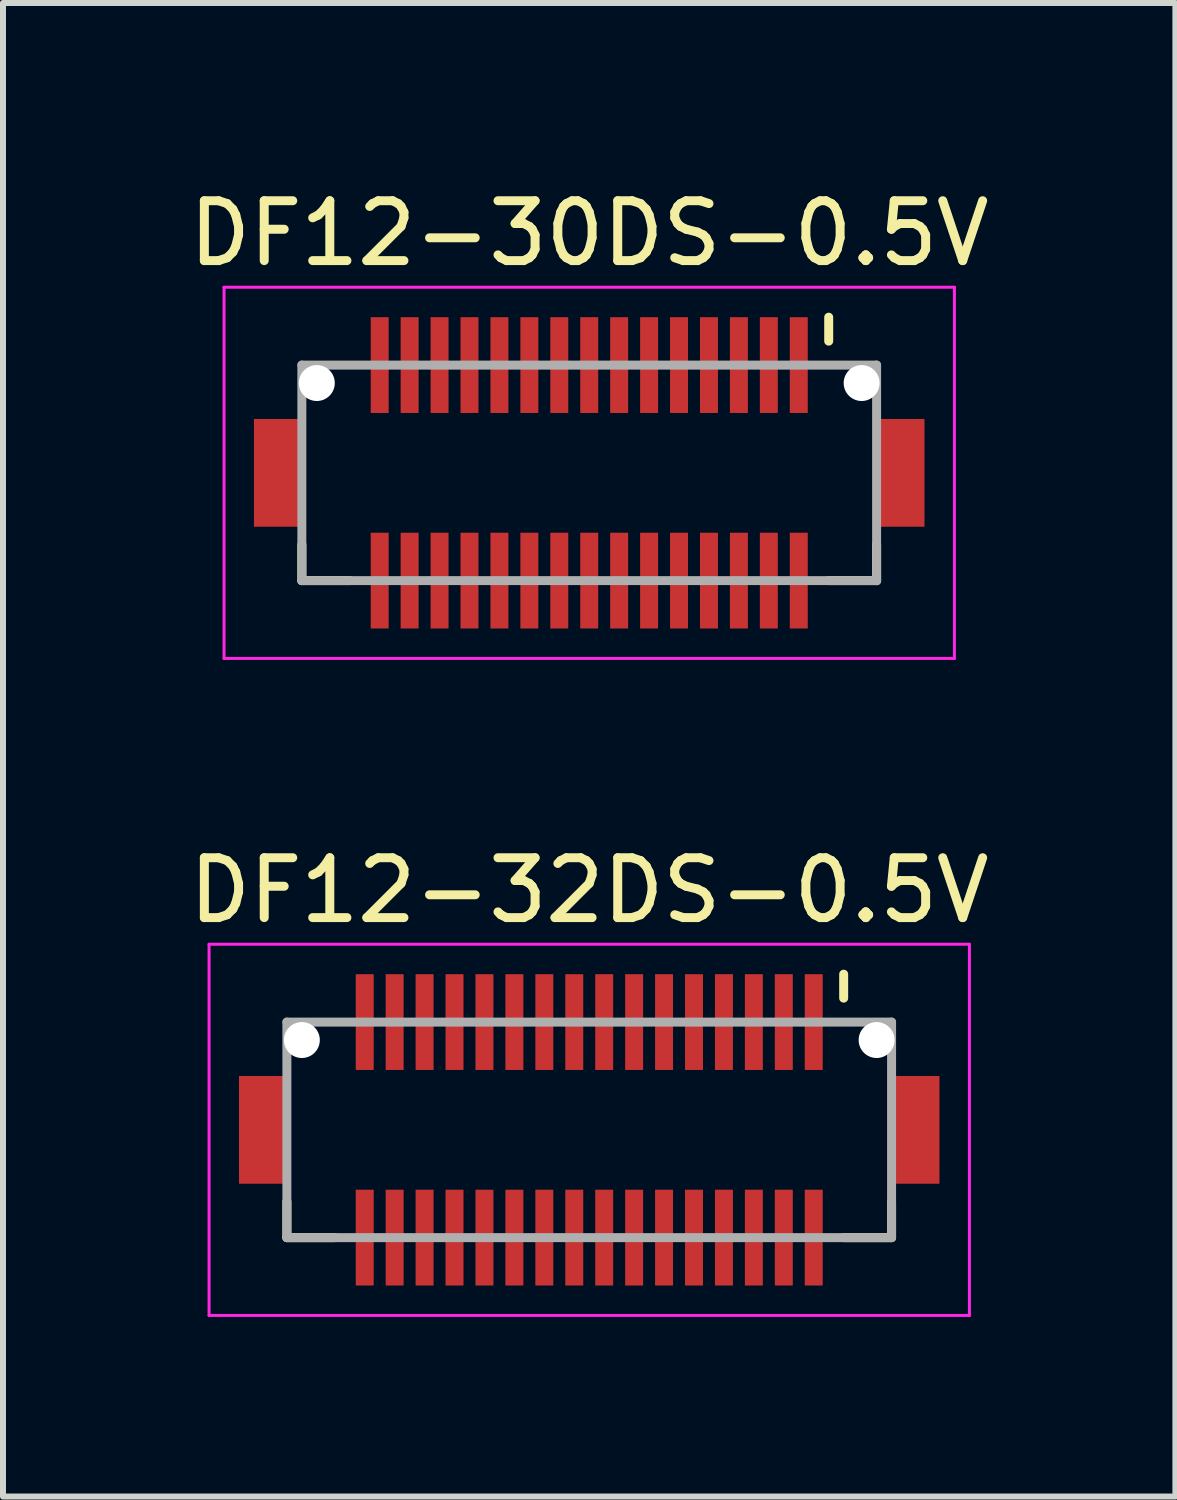
<source format=kicad_pcb>
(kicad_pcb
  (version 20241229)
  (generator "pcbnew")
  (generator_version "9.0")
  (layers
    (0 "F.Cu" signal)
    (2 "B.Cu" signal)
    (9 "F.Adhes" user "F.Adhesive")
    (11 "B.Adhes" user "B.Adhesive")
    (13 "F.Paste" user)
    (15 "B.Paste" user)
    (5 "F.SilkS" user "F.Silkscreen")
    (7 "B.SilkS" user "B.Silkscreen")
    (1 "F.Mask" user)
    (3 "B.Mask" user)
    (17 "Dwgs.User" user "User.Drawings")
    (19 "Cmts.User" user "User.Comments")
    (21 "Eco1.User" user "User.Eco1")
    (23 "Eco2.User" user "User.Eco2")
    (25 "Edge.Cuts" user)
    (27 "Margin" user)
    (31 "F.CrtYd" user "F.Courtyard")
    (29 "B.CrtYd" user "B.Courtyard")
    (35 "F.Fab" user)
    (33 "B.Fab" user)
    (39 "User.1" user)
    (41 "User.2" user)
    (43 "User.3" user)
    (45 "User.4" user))
  (footprint "DF12-30DS-0.5V"
    (layer "F.Cu")
    (at 6.792 4.848)
    (property "Reference" "DF12-30DS-0.5V" (at 0 -4 0) (layer "F.SilkS") (effects (font (size 1 1) (thickness 0.15))))
    (attr smd)
    (fp_line (start -4.8 1.2) (end -4.8 1.8) (stroke (width 0.15) (type solid)) (layer "F.SilkS"))
    (fp_line (start -4.8 1.8) (end -4 1.8) (stroke (width 0.15) (type solid)) (layer "F.SilkS"))
    (fp_line (start 4 -2.6) (end 4 -2.2) (stroke (width 0.15) (type solid)) (layer "F.SilkS"))
    (fp_line (start 4 1.8) (end 4.8 1.8) (stroke (width 0.15) (type solid)) (layer "F.SilkS"))
    (fp_line (start 4.8 1.2) (end 4.8 1.8) (stroke (width 0.15) (type solid)) (layer "F.SilkS"))
    (fp_line (start -6.1 -3.1) (end -6.1 3.1) (stroke (width 0.05) (type solid)) (layer "F.CrtYd"))
    (fp_line (start -6.1 -3.1) (end 6.1 -3.1) (stroke (width 0.05) (type solid)) (layer "F.CrtYd"))
    (fp_line (start -6.1 3.1) (end 6.1 3.1) (stroke (width 0.05) (type solid)) (layer "F.CrtYd"))
    (fp_line (start 6.1 -3.1) (end 6.1 3.1) (stroke (width 0.05) (type solid)) (layer "F.CrtYd"))
    (fp_line (start -4.8 -1.8) (end -4.8 1.8) (stroke (width 0.15) (type solid)) (layer "F.Fab"))
    (fp_line (start -4.8 -1.8) (end 4.8 -1.8) (stroke (width 0.15) (type solid)) (layer "F.Fab"))
    (fp_line (start -4.8 1.8) (end 4.8 1.8) (stroke (width 0.15) (type solid)) (layer "F.Fab"))
    (fp_line (start 4.8 -1.8) (end 4.8 1.8) (stroke (width 0.15) (type solid)) (layer "F.Fab"))
    (pad "" np_thru_hole circle (at -4.55 -1.5) (size 0.6 0.6) (drill 0.6) (layers "*.Cu" "*.Mask"))
    (pad "" np_thru_hole circle (at 4.55 -1.5) (size 0.6 0.6) (drill 0.6) (layers "*.Cu" "*.Mask"))
    (pad "1" smd rect (at 3.5 -1.8) (size 0.3 1.6) (layers "F.Cu" "F.Mask" "F.Paste"))
    (pad "2" smd rect (at 3.5 1.8) (size 0.3 1.6) (layers "F.Cu" "F.Mask" "F.Paste"))
    (pad "3" smd rect (at 3 -1.8) (size 0.3 1.6) (layers "F.Cu" "F.Mask" "F.Paste"))
    (pad "4" smd rect (at 3 1.8) (size 0.3 1.6) (layers "F.Cu" "F.Mask" "F.Paste"))
    (pad "5" smd rect (at 2.5 -1.8) (size 0.3 1.6) (layers "F.Cu" "F.Mask" "F.Paste"))
    (pad "6" smd rect (at 2.5 1.8) (size 0.3 1.6) (layers "F.Cu" "F.Mask" "F.Paste"))
    (pad "7" smd rect (at 2 -1.8) (size 0.3 1.6) (layers "F.Cu" "F.Mask" "F.Paste"))
    (pad "8" smd rect (at 2 1.8) (size 0.3 1.6) (layers "F.Cu" "F.Mask" "F.Paste"))
    (pad "9" smd rect (at 1.5 -1.8) (size 0.3 1.6) (layers "F.Cu" "F.Mask" "F.Paste"))
    (pad "10" smd rect (at 1.5 1.8) (size 0.3 1.6) (layers "F.Cu" "F.Mask" "F.Paste"))
    (pad "11" smd rect (at 1 -1.8) (size 0.3 1.6) (layers "F.Cu" "F.Mask" "F.Paste"))
    (pad "12" smd rect (at 1 1.8) (size 0.3 1.6) (layers "F.Cu" "F.Mask" "F.Paste"))
    (pad "13" smd rect (at 0.5 -1.8) (size 0.3 1.6) (layers "F.Cu" "F.Mask" "F.Paste"))
    (pad "14" smd rect (at 0.5 1.8) (size 0.3 1.6) (layers "F.Cu" "F.Mask" "F.Paste"))
    (pad "15" smd rect (at 0 -1.8) (size 0.3 1.6) (layers "F.Cu" "F.Mask" "F.Paste"))
    (pad "16" smd rect (at 0 1.8) (size 0.3 1.6) (layers "F.Cu" "F.Mask" "F.Paste"))
    (pad "17" smd rect (at -0.5 -1.8) (size 0.3 1.6) (layers "F.Cu" "F.Mask" "F.Paste"))
    (pad "18" smd rect (at -0.5 1.8) (size 0.3 1.6) (layers "F.Cu" "F.Mask" "F.Paste"))
    (pad "19" smd rect (at -1 -1.8) (size 0.3 1.6) (layers "F.Cu" "F.Mask" "F.Paste"))
    (pad "20" smd rect (at -1 1.8) (size 0.3 1.6) (layers "F.Cu" "F.Mask" "F.Paste"))
    (pad "21" smd rect (at -1.5 -1.8) (size 0.3 1.6) (layers "F.Cu" "F.Mask" "F.Paste"))
    (pad "22" smd rect (at -1.5 1.8) (size 0.3 1.6) (layers "F.Cu" "F.Mask" "F.Paste"))
    (pad "23" smd rect (at -2 -1.8) (size 0.3 1.6) (layers "F.Cu" "F.Mask" "F.Paste"))
    (pad "24" smd rect (at -2 1.8) (size 0.3 1.6) (layers "F.Cu" "F.Mask" "F.Paste"))
    (pad "25" smd rect (at -2.5 -1.8) (size 0.3 1.6) (layers "F.Cu" "F.Mask" "F.Paste"))
    (pad "26" smd rect (at -2.5 1.8) (size 0.3 1.6) (layers "F.Cu" "F.Mask" "F.Paste"))
    (pad "27" smd rect (at -3 -1.8) (size 0.3 1.6) (layers "F.Cu" "F.Mask" "F.Paste"))
    (pad "28" smd rect (at -3 1.8) (size 0.3 1.6) (layers "F.Cu" "F.Mask" "F.Paste"))
    (pad "29" smd rect (at -3.5 -1.8) (size 0.3 1.6) (layers "F.Cu" "F.Mask" "F.Paste"))
    (pad "30" smd rect (at -3.5 1.8) (size 0.3 1.6) (layers "F.Cu" "F.Mask" "F.Paste"))
    (pad "S" smd rect (at -5.2 0) (size 0.8 1.8) (layers "F.Cu" "F.Mask" "F.Paste"))
    (pad "S" smd rect (at 5.2 0) (size 0.8 1.8) (layers "F.Cu" "F.Mask" "F.Paste")))
  (footprint "DF12-32DS-0.5V"
    (layer "F.Cu")
    (at 6.792 15.822)
    (property "Reference" "DF12-32DS-0.5V" (at 0 -4 0) (layer "F.SilkS") (effects (font (size 1 1) (thickness 0.15))))
    (attr smd)
    (fp_line (start -5.05 1.2) (end -5.05 1.8) (stroke (width 0.15) (type solid)) (layer "F.SilkS"))
    (fp_line (start -5.05 1.8) (end -4.25 1.8) (stroke (width 0.15) (type solid)) (layer "F.SilkS"))
    (fp_line (start 4.25 -2.6) (end 4.25 -2.2) (stroke (width 0.15) (type solid)) (layer "F.SilkS"))
    (fp_line (start 4.25 1.8) (end 5.05 1.8) (stroke (width 0.15) (type solid)) (layer "F.SilkS"))
    (fp_line (start 5.05 1.2) (end 5.05 1.8) (stroke (width 0.15) (type solid)) (layer "F.SilkS"))
    (fp_line (start -6.35 -3.1) (end -6.35 3.1) (stroke (width 0.05) (type solid)) (layer "F.CrtYd"))
    (fp_line (start -6.35 -3.1) (end 6.35 -3.1) (stroke (width 0.05) (type solid)) (layer "F.CrtYd"))
    (fp_line (start -6.35 3.1) (end 6.35 3.1) (stroke (width 0.05) (type solid)) (layer "F.CrtYd"))
    (fp_line (start 6.35 -3.1) (end 6.35 3.1) (stroke (width 0.05) (type solid)) (layer "F.CrtYd"))
    (fp_line (start -5.05 -1.8) (end -5.05 1.8) (stroke (width 0.15) (type solid)) (layer "F.Fab"))
    (fp_line (start -5.05 -1.8) (end 5.05 -1.8) (stroke (width 0.15) (type solid)) (layer "F.Fab"))
    (fp_line (start -5.05 1.8) (end 5.05 1.8) (stroke (width 0.15) (type solid)) (layer "F.Fab"))
    (fp_line (start 5.05 -1.8) (end 5.05 1.8) (stroke (width 0.15) (type solid)) (layer "F.Fab"))
    (pad "" np_thru_hole circle (at -4.8 -1.5) (size 0.6 0.6) (drill 0.6) (layers "*.Cu" "*.Mask"))
    (pad "" np_thru_hole circle (at 4.8 -1.5) (size 0.6 0.6) (drill 0.6) (layers "*.Cu" "*.Mask"))
    (pad "1" smd rect (at 3.75 -1.8) (size 0.3 1.6) (layers "F.Cu" "F.Mask" "F.Paste"))
    (pad "2" smd rect (at 3.75 1.8) (size 0.3 1.6) (layers "F.Cu" "F.Mask" "F.Paste"))
    (pad "3" smd rect (at 3.25 -1.8) (size 0.3 1.6) (layers "F.Cu" "F.Mask" "F.Paste"))
    (pad "4" smd rect (at 3.25 1.8) (size 0.3 1.6) (layers "F.Cu" "F.Mask" "F.Paste"))
    (pad "5" smd rect (at 2.75 -1.8) (size 0.3 1.6) (layers "F.Cu" "F.Mask" "F.Paste"))
    (pad "6" smd rect (at 2.75 1.8) (size 0.3 1.6) (layers "F.Cu" "F.Mask" "F.Paste"))
    (pad "7" smd rect (at 2.25 -1.8) (size 0.3 1.6) (layers "F.Cu" "F.Mask" "F.Paste"))
    (pad "8" smd rect (at 2.25 1.8) (size 0.3 1.6) (layers "F.Cu" "F.Mask" "F.Paste"))
    (pad "9" smd rect (at 1.75 -1.8) (size 0.3 1.6) (layers "F.Cu" "F.Mask" "F.Paste"))
    (pad "10" smd rect (at 1.75 1.8) (size 0.3 1.6) (layers "F.Cu" "F.Mask" "F.Paste"))
    (pad "11" smd rect (at 1.25 -1.8) (size 0.3 1.6) (layers "F.Cu" "F.Mask" "F.Paste"))
    (pad "12" smd rect (at 1.25 1.8) (size 0.3 1.6) (layers "F.Cu" "F.Mask" "F.Paste"))
    (pad "13" smd rect (at 0.75 -1.8) (size 0.3 1.6) (layers "F.Cu" "F.Mask" "F.Paste"))
    (pad "14" smd rect (at 0.75 1.8) (size 0.3 1.6) (layers "F.Cu" "F.Mask" "F.Paste"))
    (pad "15" smd rect (at 0.25 -1.8) (size 0.3 1.6) (layers "F.Cu" "F.Mask" "F.Paste"))
    (pad "16" smd rect (at 0.25 1.8) (size 0.3 1.6) (layers "F.Cu" "F.Mask" "F.Paste"))
    (pad "17" smd rect (at -0.25 -1.8) (size 0.3 1.6) (layers "F.Cu" "F.Mask" "F.Paste"))
    (pad "18" smd rect (at -0.25 1.8) (size 0.3 1.6) (layers "F.Cu" "F.Mask" "F.Paste"))
    (pad "19" smd rect (at -0.75 -1.8) (size 0.3 1.6) (layers "F.Cu" "F.Mask" "F.Paste"))
    (pad "20" smd rect (at -0.75 1.8) (size 0.3 1.6) (layers "F.Cu" "F.Mask" "F.Paste"))
    (pad "21" smd rect (at -1.25 -1.8) (size 0.3 1.6) (layers "F.Cu" "F.Mask" "F.Paste"))
    (pad "22" smd rect (at -1.25 1.8) (size 0.3 1.6) (layers "F.Cu" "F.Mask" "F.Paste"))
    (pad "23" smd rect (at -1.75 -1.8) (size 0.3 1.6) (layers "F.Cu" "F.Mask" "F.Paste"))
    (pad "24" smd rect (at -1.75 1.8) (size 0.3 1.6) (layers "F.Cu" "F.Mask" "F.Paste"))
    (pad "25" smd rect (at -2.25 -1.8) (size 0.3 1.6) (layers "F.Cu" "F.Mask" "F.Paste"))
    (pad "26" smd rect (at -2.25 1.8) (size 0.3 1.6) (layers "F.Cu" "F.Mask" "F.Paste"))
    (pad "27" smd rect (at -2.75 -1.8) (size 0.3 1.6) (layers "F.Cu" "F.Mask" "F.Paste"))
    (pad "28" smd rect (at -2.75 1.8) (size 0.3 1.6) (layers "F.Cu" "F.Mask" "F.Paste"))
    (pad "29" smd rect (at -3.25 -1.8) (size 0.3 1.6) (layers "F.Cu" "F.Mask" "F.Paste"))
    (pad "30" smd rect (at -3.25 1.8) (size 0.3 1.6) (layers "F.Cu" "F.Mask" "F.Paste"))
    (pad "31" smd rect (at -3.75 -1.8) (size 0.3 1.6) (layers "F.Cu" "F.Mask" "F.Paste"))
    (pad "32" smd rect (at -3.75 1.8) (size 0.3 1.6) (layers "F.Cu" "F.Mask" "F.Paste"))
    (pad "S" smd rect (at -5.45 0) (size 0.8 1.8) (layers "F.Cu" "F.Mask" "F.Paste"))
    (pad "S" smd rect (at 5.45 0) (size 0.8 1.8) (layers "F.Cu" "F.Mask" "F.Paste")))
  (gr_rect
    (start -3 -3)
    (end 16.583 21.947)
    (stroke (width 0.1) (type default))
    (fill no)
    (layer "Edge.Cuts")))
</source>
